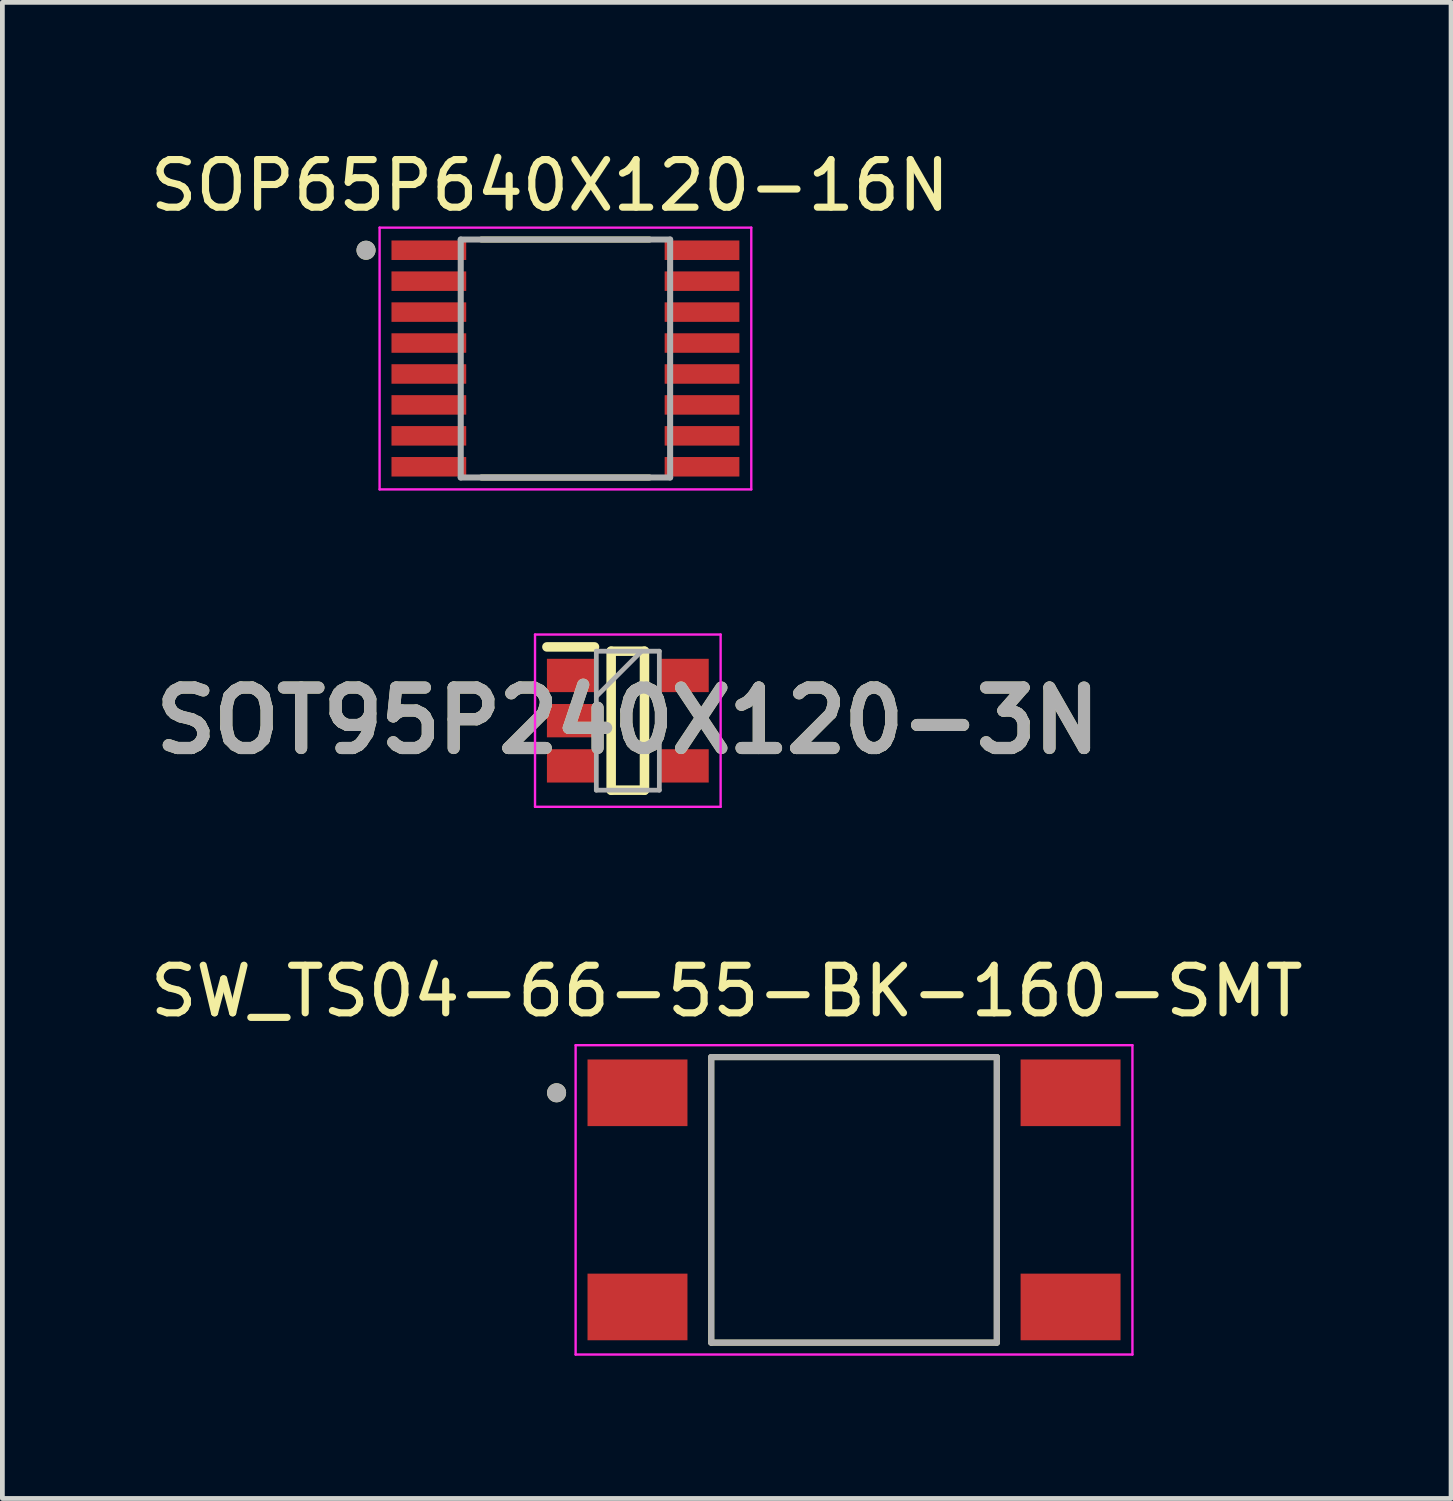
<source format=kicad_pcb>
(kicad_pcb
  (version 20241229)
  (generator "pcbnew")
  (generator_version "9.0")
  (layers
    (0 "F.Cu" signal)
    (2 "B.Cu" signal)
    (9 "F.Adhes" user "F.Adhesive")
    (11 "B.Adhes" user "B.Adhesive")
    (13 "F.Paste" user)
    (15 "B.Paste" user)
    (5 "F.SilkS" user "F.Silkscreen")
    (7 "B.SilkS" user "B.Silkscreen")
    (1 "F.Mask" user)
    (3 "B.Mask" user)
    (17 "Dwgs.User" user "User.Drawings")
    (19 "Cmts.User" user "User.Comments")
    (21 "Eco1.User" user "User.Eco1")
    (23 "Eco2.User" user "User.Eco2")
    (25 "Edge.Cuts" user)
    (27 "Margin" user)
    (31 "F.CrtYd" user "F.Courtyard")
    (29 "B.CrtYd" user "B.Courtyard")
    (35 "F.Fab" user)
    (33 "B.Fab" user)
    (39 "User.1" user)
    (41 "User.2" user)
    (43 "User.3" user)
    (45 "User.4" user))
  (footprint "SW_TS04-66-55-BK-160-SMT"
    (layer "F.Cu")
    (at 14.895 22.162)
    (property "Reference" "SW_TS04-66-55-BK-160-SMT" (at -2.675 -4.385 0) (layer "F.SilkS") (effects (font (size 1 1) (thickness 0.15))))
    (attr through_hole)
    (fp_line (start -3 -3) (end -3 3) (stroke (width 0.127) (type solid)) (layer "F.SilkS"))
    (fp_line (start -3 3) (end 3 3) (stroke (width 0.127) (type solid)) (layer "F.SilkS"))
    (fp_line (start 3 -3) (end -3 -3) (stroke (width 0.127) (type solid)) (layer "F.SilkS"))
    (fp_line (start 3 3) (end 3 -3) (stroke (width 0.127) (type solid)) (layer "F.SilkS"))
    (fp_circle (center -6.25 -2.25) (end -6.15 -2.25) (stroke (width 0.2) (type solid)) (fill no) (layer "F.SilkS"))
    (fp_line (start -5.85 -3.25) (end -5.85 3.25) (stroke (width 0.05) (type solid)) (layer "F.CrtYd"))
    (fp_line (start -5.85 3.25) (end 5.85 3.25) (stroke (width 0.05) (type solid)) (layer "F.CrtYd"))
    (fp_line (start 5.85 -3.25) (end -5.85 -3.25) (stroke (width 0.05) (type solid)) (layer "F.CrtYd"))
    (fp_line (start 5.85 3.25) (end 5.85 -3.25) (stroke (width 0.05) (type solid)) (layer "F.CrtYd"))
    (fp_line (start -3 -3) (end -3 3) (stroke (width 0.127) (type solid)) (layer "F.Fab"))
    (fp_line (start -3 3) (end 3 3) (stroke (width 0.127) (type solid)) (layer "F.Fab"))
    (fp_line (start 3 -3) (end -3 -3) (stroke (width 0.127) (type solid)) (layer "F.Fab"))
    (fp_line (start 3 3) (end 3 -3) (stroke (width 0.127) (type solid)) (layer "F.Fab"))
    (fp_circle (center -6.25 -2.25) (end -6.15 -2.25) (stroke (width 0.2) (type solid)) (fill no) (layer "F.Fab"))
    (pad "1" smd rect (at -4.55 -2.25) (size 2.1 1.4) (layers "F.Cu" "F.Mask" "F.Paste"))
    (pad "2" smd rect (at -4.55 2.25) (size 2.1 1.4) (layers "F.Cu" "F.Mask" "F.Paste"))
    (pad "3" smd rect (at 4.55 -2.25) (size 2.1 1.4) (layers "F.Cu" "F.Mask" "F.Paste"))
    (pad "4" smd rect (at 4.55 2.25) (size 2.1 1.4) (layers "F.Cu" "F.Mask" "F.Paste")))
  (footprint "SOT95P240X120-3N"
    (layer "F.Cu")
    (at 10.142 12.093)
    (property "Reference" "SOT95P240X120-3N" (at 0 0 0) (layer "F.SilkS") (effects (font (size 1.27 1.27) (thickness 0.254))))
    (attr smd)
    (fp_line (start -1.7 -1.55) (end -0.7 -1.55) (stroke (width 0.2) (type solid)) (layer "F.SilkS"))
    (fp_line (start -0.35 -1.46) (end 0.35 -1.46) (stroke (width 0.2) (type solid)) (layer "F.SilkS"))
    (fp_line (start -0.35 1.46) (end -0.35 -1.46) (stroke (width 0.2) (type solid)) (layer "F.SilkS"))
    (fp_line (start 0.35 -1.46) (end 0.35 1.46) (stroke (width 0.2) (type solid)) (layer "F.SilkS"))
    (fp_line (start 0.35 1.46) (end -0.35 1.46) (stroke (width 0.2) (type solid)) (layer "F.SilkS"))
    (fp_line (start -1.95 -1.81) (end 1.95 -1.81) (stroke (width 0.05) (type solid)) (layer "F.CrtYd"))
    (fp_line (start -1.95 1.81) (end -1.95 -1.81) (stroke (width 0.05) (type solid)) (layer "F.CrtYd"))
    (fp_line (start 1.95 -1.81) (end 1.95 1.81) (stroke (width 0.05) (type solid)) (layer "F.CrtYd"))
    (fp_line (start 1.95 1.81) (end -1.95 1.81) (stroke (width 0.05) (type solid)) (layer "F.CrtYd"))
    (fp_line (start -0.662 -1.46) (end 0.662 -1.46) (stroke (width 0.1) (type solid)) (layer "F.Fab"))
    (fp_line (start -0.662 -0.51) (end 0.288 -1.46) (stroke (width 0.1) (type solid)) (layer "F.Fab"))
    (fp_line (start -0.662 1.46) (end -0.662 -1.46) (stroke (width 0.1) (type solid)) (layer "F.Fab"))
    (fp_line (start 0.662 -1.46) (end 0.662 1.46) (stroke (width 0.1) (type solid)) (layer "F.Fab"))
    (fp_line (start 0.662 1.46) (end -0.662 1.46) (stroke (width 0.1) (type solid)) (layer "F.Fab"))
    (fp_text user "${REFERENCE}" (at 0 0 0) (layer "F.Fab") (effects (font (size 1.27 1.27) (thickness 0.254))))
    (pad "1" smd rect (at -1.2 -0.95 90) (size 0.7 1) (layers "F.Cu" "F.Mask" "F.Paste"))
    (pad "2" smd rect (at -1.2 0 90) (size 0.7 1) (layers "F.Cu" "F.Mask" "F.Paste"))
    (pad "3" smd rect (at -1.2 0.95 90) (size 0.7 1) (layers "F.Cu" "F.Mask" "F.Paste"))
    (pad "4" smd rect (at 1.2 0.95 90) (size 0.7 1) (layers "F.Cu" "F.Mask" "F.Paste"))
    (pad "5" smd rect (at 1.2 -0.95 90) (size 0.7 1) (layers "F.Cu" "F.Mask" "F.Paste")))
  (footprint "SOP65P640X120-16N"
    (layer "F.Cu")
    (at 8.831 4.483)
    (property "Reference" "SOP65P640X120-16N" (at -0.325 -3.635 0) (layer "F.SilkS") (effects (font (size 1 1) (thickness 0.15))))
    (attr through_hole)
    (fp_line (start -1.765 -2.5) (end 1.765 -2.5) (stroke (width 0.127) (type solid)) (layer "F.SilkS"))
    (fp_line (start 1.765 2.5) (end -1.765 2.5) (stroke (width 0.127) (type solid)) (layer "F.SilkS"))
    (fp_circle (center -4.19 -2.275) (end -4.09 -2.275) (stroke (width 0.2) (type solid)) (fill no) (layer "F.SilkS"))
    (fp_line (start -3.905 -2.75) (end -3.905 2.75) (stroke (width 0.05) (type solid)) (layer "F.CrtYd"))
    (fp_line (start -3.905 -2.75) (end 3.905 -2.75) (stroke (width 0.05) (type solid)) (layer "F.CrtYd"))
    (fp_line (start -3.905 2.75) (end 3.905 2.75) (stroke (width 0.05) (type solid)) (layer "F.CrtYd"))
    (fp_line (start 3.905 -2.75) (end 3.905 2.75) (stroke (width 0.05) (type solid)) (layer "F.CrtYd"))
    (fp_line (start -2.2 -2.5) (end -2.2 2.5) (stroke (width 0.127) (type solid)) (layer "F.Fab"))
    (fp_line (start -2.2 -2.5) (end 2.2 -2.5) (stroke (width 0.127) (type solid)) (layer "F.Fab"))
    (fp_line (start -2.2 2.5) (end 2.2 2.5) (stroke (width 0.127) (type solid)) (layer "F.Fab"))
    (fp_line (start 2.2 -2.5) (end 2.2 2.5) (stroke (width 0.127) (type solid)) (layer "F.Fab"))
    (fp_circle (center -4.19 -2.275) (end -4.09 -2.275) (stroke (width 0.2) (type solid)) (fill no) (layer "F.Fab"))
    (pad "1" smd rect (at -2.87 -2.275) (size 1.57 0.41) (layers "F.Cu" "F.Mask" "F.Paste"))
    (pad "2" smd rect (at -2.87 -1.625) (size 1.57 0.41) (layers "F.Cu" "F.Mask" "F.Paste"))
    (pad "3" smd rect (at -2.87 -0.975) (size 1.57 0.41) (layers "F.Cu" "F.Mask" "F.Paste"))
    (pad "4" smd rect (at -2.87 -0.325) (size 1.57 0.41) (layers "F.Cu" "F.Mask" "F.Paste"))
    (pad "5" smd rect (at -2.87 0.325) (size 1.57 0.41) (layers "F.Cu" "F.Mask" "F.Paste"))
    (pad "6" smd rect (at -2.87 0.975) (size 1.57 0.41) (layers "F.Cu" "F.Mask" "F.Paste"))
    (pad "7" smd rect (at -2.87 1.625) (size 1.57 0.41) (layers "F.Cu" "F.Mask" "F.Paste"))
    (pad "8" smd rect (at -2.87 2.275) (size 1.57 0.41) (layers "F.Cu" "F.Mask" "F.Paste"))
    (pad "9" smd rect (at 2.87 2.275) (size 1.57 0.41) (layers "F.Cu" "F.Mask" "F.Paste"))
    (pad "10" smd rect (at 2.87 1.625) (size 1.57 0.41) (layers "F.Cu" "F.Mask" "F.Paste"))
    (pad "11" smd rect (at 2.87 0.975) (size 1.57 0.41) (layers "F.Cu" "F.Mask" "F.Paste"))
    (pad "12" smd rect (at 2.87 0.325) (size 1.57 0.41) (layers "F.Cu" "F.Mask" "F.Paste"))
    (pad "13" smd rect (at 2.87 -0.325) (size 1.57 0.41) (layers "F.Cu" "F.Mask" "F.Paste"))
    (pad "14" smd rect (at 2.87 -0.975) (size 1.57 0.41) (layers "F.Cu" "F.Mask" "F.Paste"))
    (pad "15" smd rect (at 2.87 -1.625) (size 1.57 0.41) (layers "F.Cu" "F.Mask" "F.Paste"))
    (pad "16" smd rect (at 2.87 -2.275) (size 1.57 0.41) (layers "F.Cu" "F.Mask" "F.Paste")))
  (gr_rect
    (start -3 -3)
    (end 27.44 28.436)
    (stroke (width 0.1) (type default))
    (fill no)
    (layer "Edge.Cuts")))
</source>
